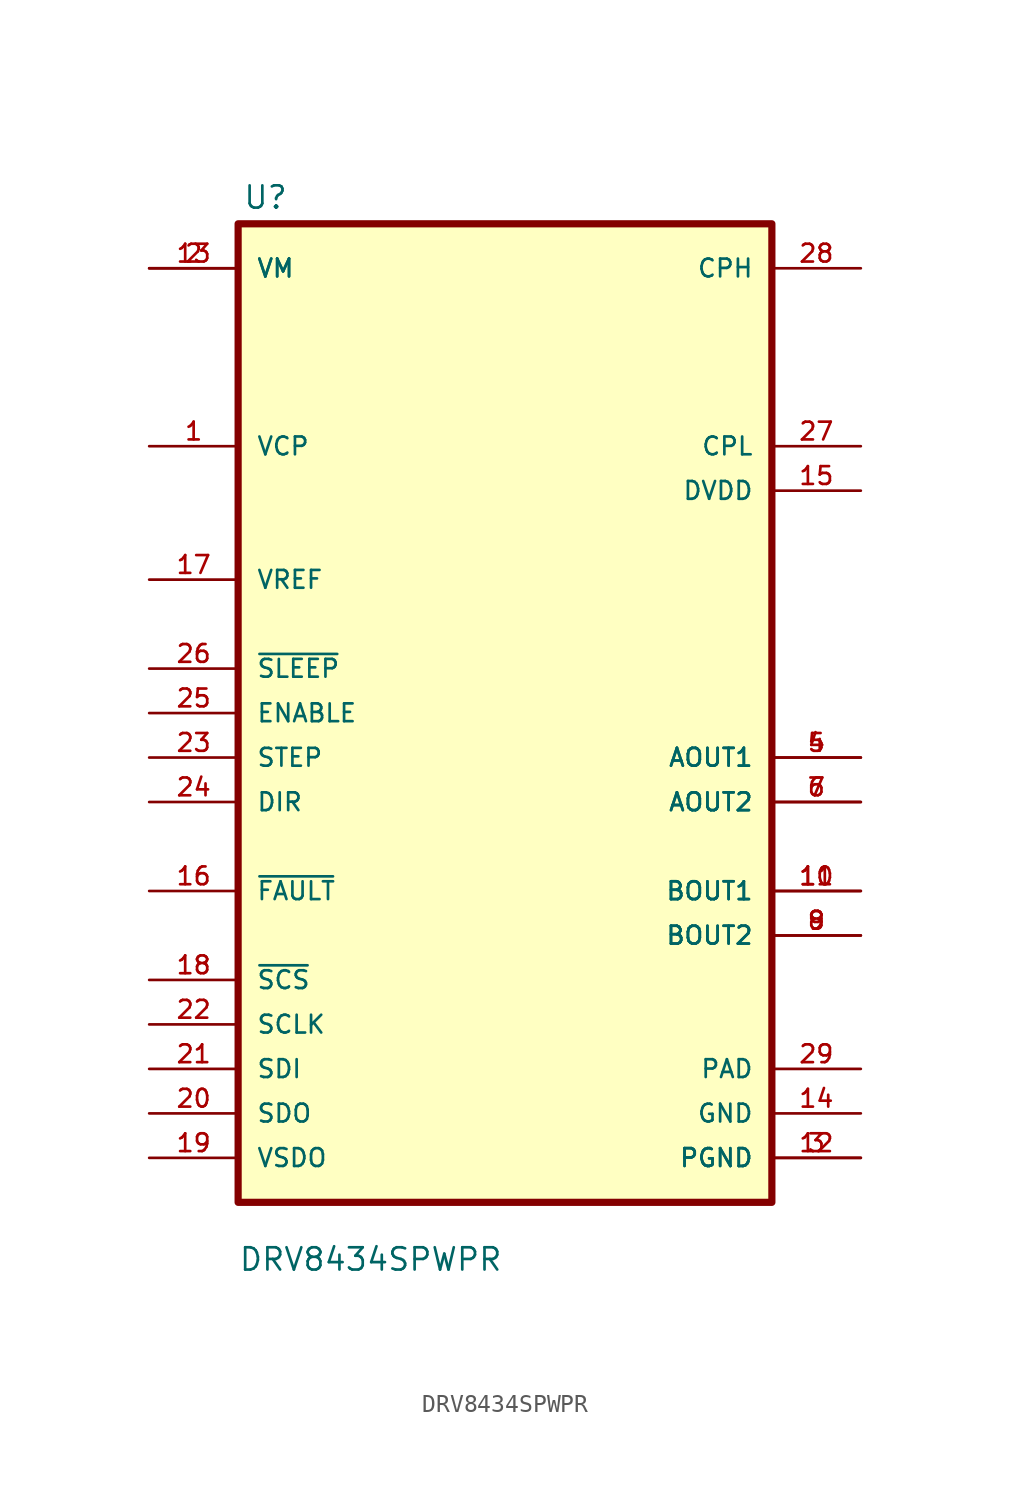
<source format=kicad_sym>
(kicad_symbol_lib
  (version 20241209)
  (generator "kicad_symbol_editor")
  (generator_version "9.0")
  (symbol "DRV8434SPWPR"
    (pin_names
      (offset 1.016))
    (property "Reference" "U"
      (at -14.986 31.242 0)
      (effects (font (size 1.27 1.27)) (justify left bottom)))
    (property "Value" "DRV8434SPWPR"
      (at -15.24 -29.4 0)
      (effects (font (size 1.27 1.27)) (justify left bottom)))
    (symbol "DRV8434SPWPR_0_0"
      (rectangle (start -15.24 30.48) (end 15.24 -25.4) (stroke (width 0.41) (type default)) (fill (type background)))
      (pin power_in line (at -20.32 27.94 0) (length 5.08) (name "VM" (effects (font (size 1.016 1.016)))) (number "2" (effects (font (size 1.016 1.016)))))
      (pin power_out line (at -20.32 17.78 0) (length 5.08) (name "VCP" (effects (font (size 1.016 1.016)))) (number "1" (effects (font (size 1.016 1.016)))))
      (pin input line (at -20.32 10.16 0) (length 5.08) (name "VREF" (effects (font (size 1.016 1.016)))) (number "17" (effects (font (size 1.016 1.016)))))
      (pin input line (at -20.32 5.08 0) (length 5.08) (name "~{SLEEP}" (effects (font (size 1.016 1.016)))) (number "26" (effects (font (size 1.016 1.016)))))
      (pin input line (at -20.32 2.54 0) (length 5.08) (name "ENABLE" (effects (font (size 1.016 1.016)))) (number "25" (effects (font (size 1.016 1.016)))))
      (pin input line (at -20.32 -2.54 0) (length 5.08) (name "DIR" (effects (font (size 1.016 1.016)))) (number "24" (effects (font (size 1.016 1.016)))))
      (pin power_out line (at 20.32 27.94 180) (length 5.08) (name "CPH" (effects (font (size 1.016 1.016)))) (number "28" (effects (font (size 1.016 1.016)))))
      (pin power_out line (at 20.32 17.78 180) (length 5.08) (name "CPL" (effects (font (size 1.016 1.016)))) (number "27" (effects (font (size 1.016 1.016)))))
      (pin passive line (at 20.32 -17.78 180) (length 5.08) (name "PAD" (effects (font (size 1.016 1.016)))) (number "29" (effects (font (size 1.016 1.016)))))
      (pin power_in line (at 20.32 -20.32 180) (length 5.08) (name "GND" (effects (font (size 1.016 1.016)))) (number "14" (effects (font (size 1.016 1.016)))))
      (pin power_in line (at 20.32 -22.86 180) (length 5.08) (name "PGND" (effects (font (size 1.016 1.016)))) (number "3" (effects (font (size 1.016 1.016))))))
    (symbol "DRV8434SPWPR_1_0"
      (pin power_in line (at -20.32 27.94 0) (length 5.08) (name "VM" (effects (font (size 1.016 1.016)))) (number "13" (effects (font (size 1.016 1.016)))))
      (pin input line (at -20.32 0 0) (length 5.08) (name "STEP" (effects (font (size 1.016 1.016)))) (number "23" (effects (font (size 1.016 1.016)))))
      (pin open_collector line (at -20.32 -7.62 0) (length 5.08) (name "~{FAULT}" (effects (font (size 1.016 1.016)))) (number "16" (effects (font (size 1.016 1.016)))))
      (pin input line (at -20.32 -12.7 0) (length 5.08) (name "~{SCS}" (effects (font (size 1.016 1.016)))) (number "18" (effects (font (size 1.016 1.016)))))
      (pin input line (at -20.32 -15.24 0) (length 5.08) (name "SCLK" (effects (font (size 1.016 1.016)))) (number "22" (effects (font (size 1.016 1.016)))))
      (pin input line (at -20.32 -17.78 0) (length 5.08) (name "SDI" (effects (font (size 1.016 1.016)))) (number "21" (effects (font (size 1.016 1.016)))))
      (pin output line (at -20.32 -20.32 0) (length 5.08) (name "SDO" (effects (font (size 1.016 1.016)))) (number "20" (effects (font (size 1.016 1.016)))))
      (pin power_in line (at -20.32 -22.86 0) (length 5.08) (name "VSDO" (effects (font (size 1.016 1.016)))) (number "19" (effects (font (size 1.016 1.016)))))
      (pin power_out line (at 20.32 15.24 180) (length 5.08) (name "DVDD" (effects (font (size 1.016 1.016)))) (number "15" (effects (font (size 1.016 1.016)))))
      (pin power_out line (at 20.32 0 180) (length 5.08) (name "AOUT1" (effects (font (size 1.016 1.016)))) (number "4" (effects (font (size 1.016 1.016)))))
      (pin power_out line (at 20.32 0 180) (length 5.08) (name "AOUT1" (effects (font (size 1.016 1.016)))) (number "5" (effects (font (size 1.016 1.016)))))
      (pin power_out line (at 20.32 -2.54 180) (length 5.08) (name "AOUT2" (effects (font (size 1.016 1.016)))) (number "6" (effects (font (size 1.016 1.016)))))
      (pin power_out line (at 20.32 -2.54 180) (length 5.08) (name "AOUT2" (effects (font (size 1.016 1.016)))) (number "7" (effects (font (size 1.016 1.016)))))
      (pin power_out line (at 20.32 -7.62 180) (length 5.08) (name "BOUT1" (effects (font (size 1.016 1.016)))) (number "10" (effects (font (size 1.016 1.016)))))
      (pin power_out line (at 20.32 -7.62 180) (length 5.08) (name "BOUT1" (effects (font (size 1.016 1.016)))) (number "11" (effects (font (size 1.016 1.016)))))
      (pin power_out line (at 20.32 -10.16 180) (length 5.08) (name "BOUT2" (effects (font (size 1.016 1.016)))) (number "8" (effects (font (size 1.016 1.016)))))
      (pin power_out line (at 20.32 -10.16 180) (length 5.08) (name "BOUT2" (effects (font (size 1.016 1.016)))) (number "9" (effects (font (size 1.016 1.016)))))
      (pin power_in line (at 20.32 -22.86 180) (length 5.08) (name "PGND" (effects (font (size 1.016 1.016)))) (number "12" (effects (font (size 1.016 1.016))))))))
</source>
